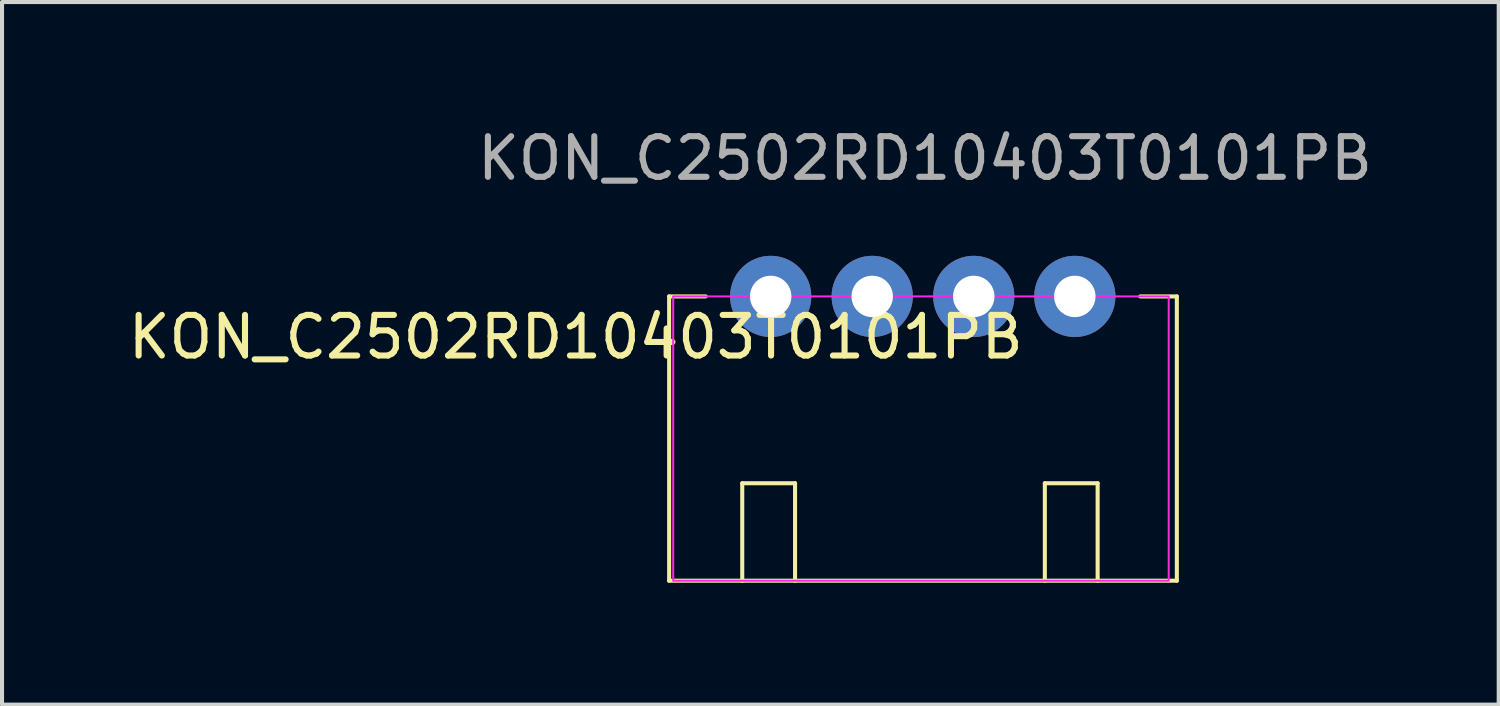
<source format=kicad_pcb>
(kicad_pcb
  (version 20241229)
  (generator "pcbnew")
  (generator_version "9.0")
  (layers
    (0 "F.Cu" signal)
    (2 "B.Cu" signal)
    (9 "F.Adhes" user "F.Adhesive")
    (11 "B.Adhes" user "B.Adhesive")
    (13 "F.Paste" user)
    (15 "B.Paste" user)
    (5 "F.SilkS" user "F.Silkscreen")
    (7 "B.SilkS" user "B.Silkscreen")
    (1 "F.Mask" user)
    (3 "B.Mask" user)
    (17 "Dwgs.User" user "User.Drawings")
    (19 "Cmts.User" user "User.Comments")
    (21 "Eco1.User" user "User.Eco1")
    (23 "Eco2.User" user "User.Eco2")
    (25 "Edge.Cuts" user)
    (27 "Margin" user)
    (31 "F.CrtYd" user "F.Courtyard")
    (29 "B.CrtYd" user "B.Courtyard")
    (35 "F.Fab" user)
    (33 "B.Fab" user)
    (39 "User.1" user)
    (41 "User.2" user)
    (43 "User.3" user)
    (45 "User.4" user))
  (footprint "KON_C2502RD10403T0101PB"
    (layer "F.Cu")
    (at 15.925 4.248)
    (property "Reference" "KON_C2502RD10403T0101PB" (at -4.8 1 0) (unlocked yes) (layer "F.SilkS") (effects (font (size 1 1) (thickness 0.15))))
    (attr through_hole)
    (fp_line (start -2.5 0) (end -1.6 0) (stroke (width 0.1) (type default)) (layer "F.SilkS"))
    (fp_line (start -2.5 7) (end -2.5 0) (stroke (width 0.1) (type default)) (layer "F.SilkS"))
    (fp_line (start -0.7 4.6) (end 0.6 4.6) (stroke (width 0.1) (type default)) (layer "F.SilkS"))
    (fp_line (start -0.7 7) (end -0.7 4.6) (stroke (width 0.1) (type default)) (layer "F.SilkS"))
    (fp_line (start 0.6 7) (end 0.6 4.6) (stroke (width 0.1) (type default)) (layer "F.SilkS"))
    (fp_line (start 6.75 4.6) (end 8.05 4.6) (stroke (width 0.1) (type default)) (layer "F.SilkS"))
    (fp_line (start 6.75 7) (end 6.75 4.6) (stroke (width 0.1) (type default)) (layer "F.SilkS"))
    (fp_line (start 8.05 4.6) (end 8.05 7) (stroke (width 0.1) (type default)) (layer "F.SilkS"))
    (fp_line (start 9.1 0) (end 10 0) (stroke (width 0.1) (type default)) (layer "F.SilkS"))
    (fp_line (start 10 0) (end 10 7) (stroke (width 0.1) (type default)) (layer "F.SilkS"))
    (fp_line (start 10 7) (end -2.5 7) (stroke (width 0.1) (type default)) (layer "F.SilkS"))
    (fp_rect (start -2.4 0) (end 9.8 7) (stroke (width 0.05) (type default)) (fill no) (layer "F.CrtYd"))
    (fp_text user "${REFERENCE}" (at 3.8 -3.4 0) (unlocked yes) (layer "F.Fab") (effects (font (size 1 1) (thickness 0.15))))
    (pad "1" thru_hole circle (at 0 0) (size 2 2) (drill 1.02) (layers "*.Cu" "*.Mask"))
    (pad "2" thru_hole circle (at 2.5 0) (size 2 2) (drill 1.02) (layers "*.Cu" "*.Mask"))
    (pad "3" thru_hole circle (at 5 0) (size 2 2) (drill 1.02) (layers "*.Cu" "*.Mask"))
    (pad "4" thru_hole circle (at 7.488 0) (size 2 2) (drill 1.02) (layers "*.Cu" "*.Mask")))
  (gr_rect
    (start -3 -3)
    (end 33.85 14.298)
    (stroke (width 0.1) (type default))
    (fill no)
    (layer "Edge.Cuts")))
</source>
